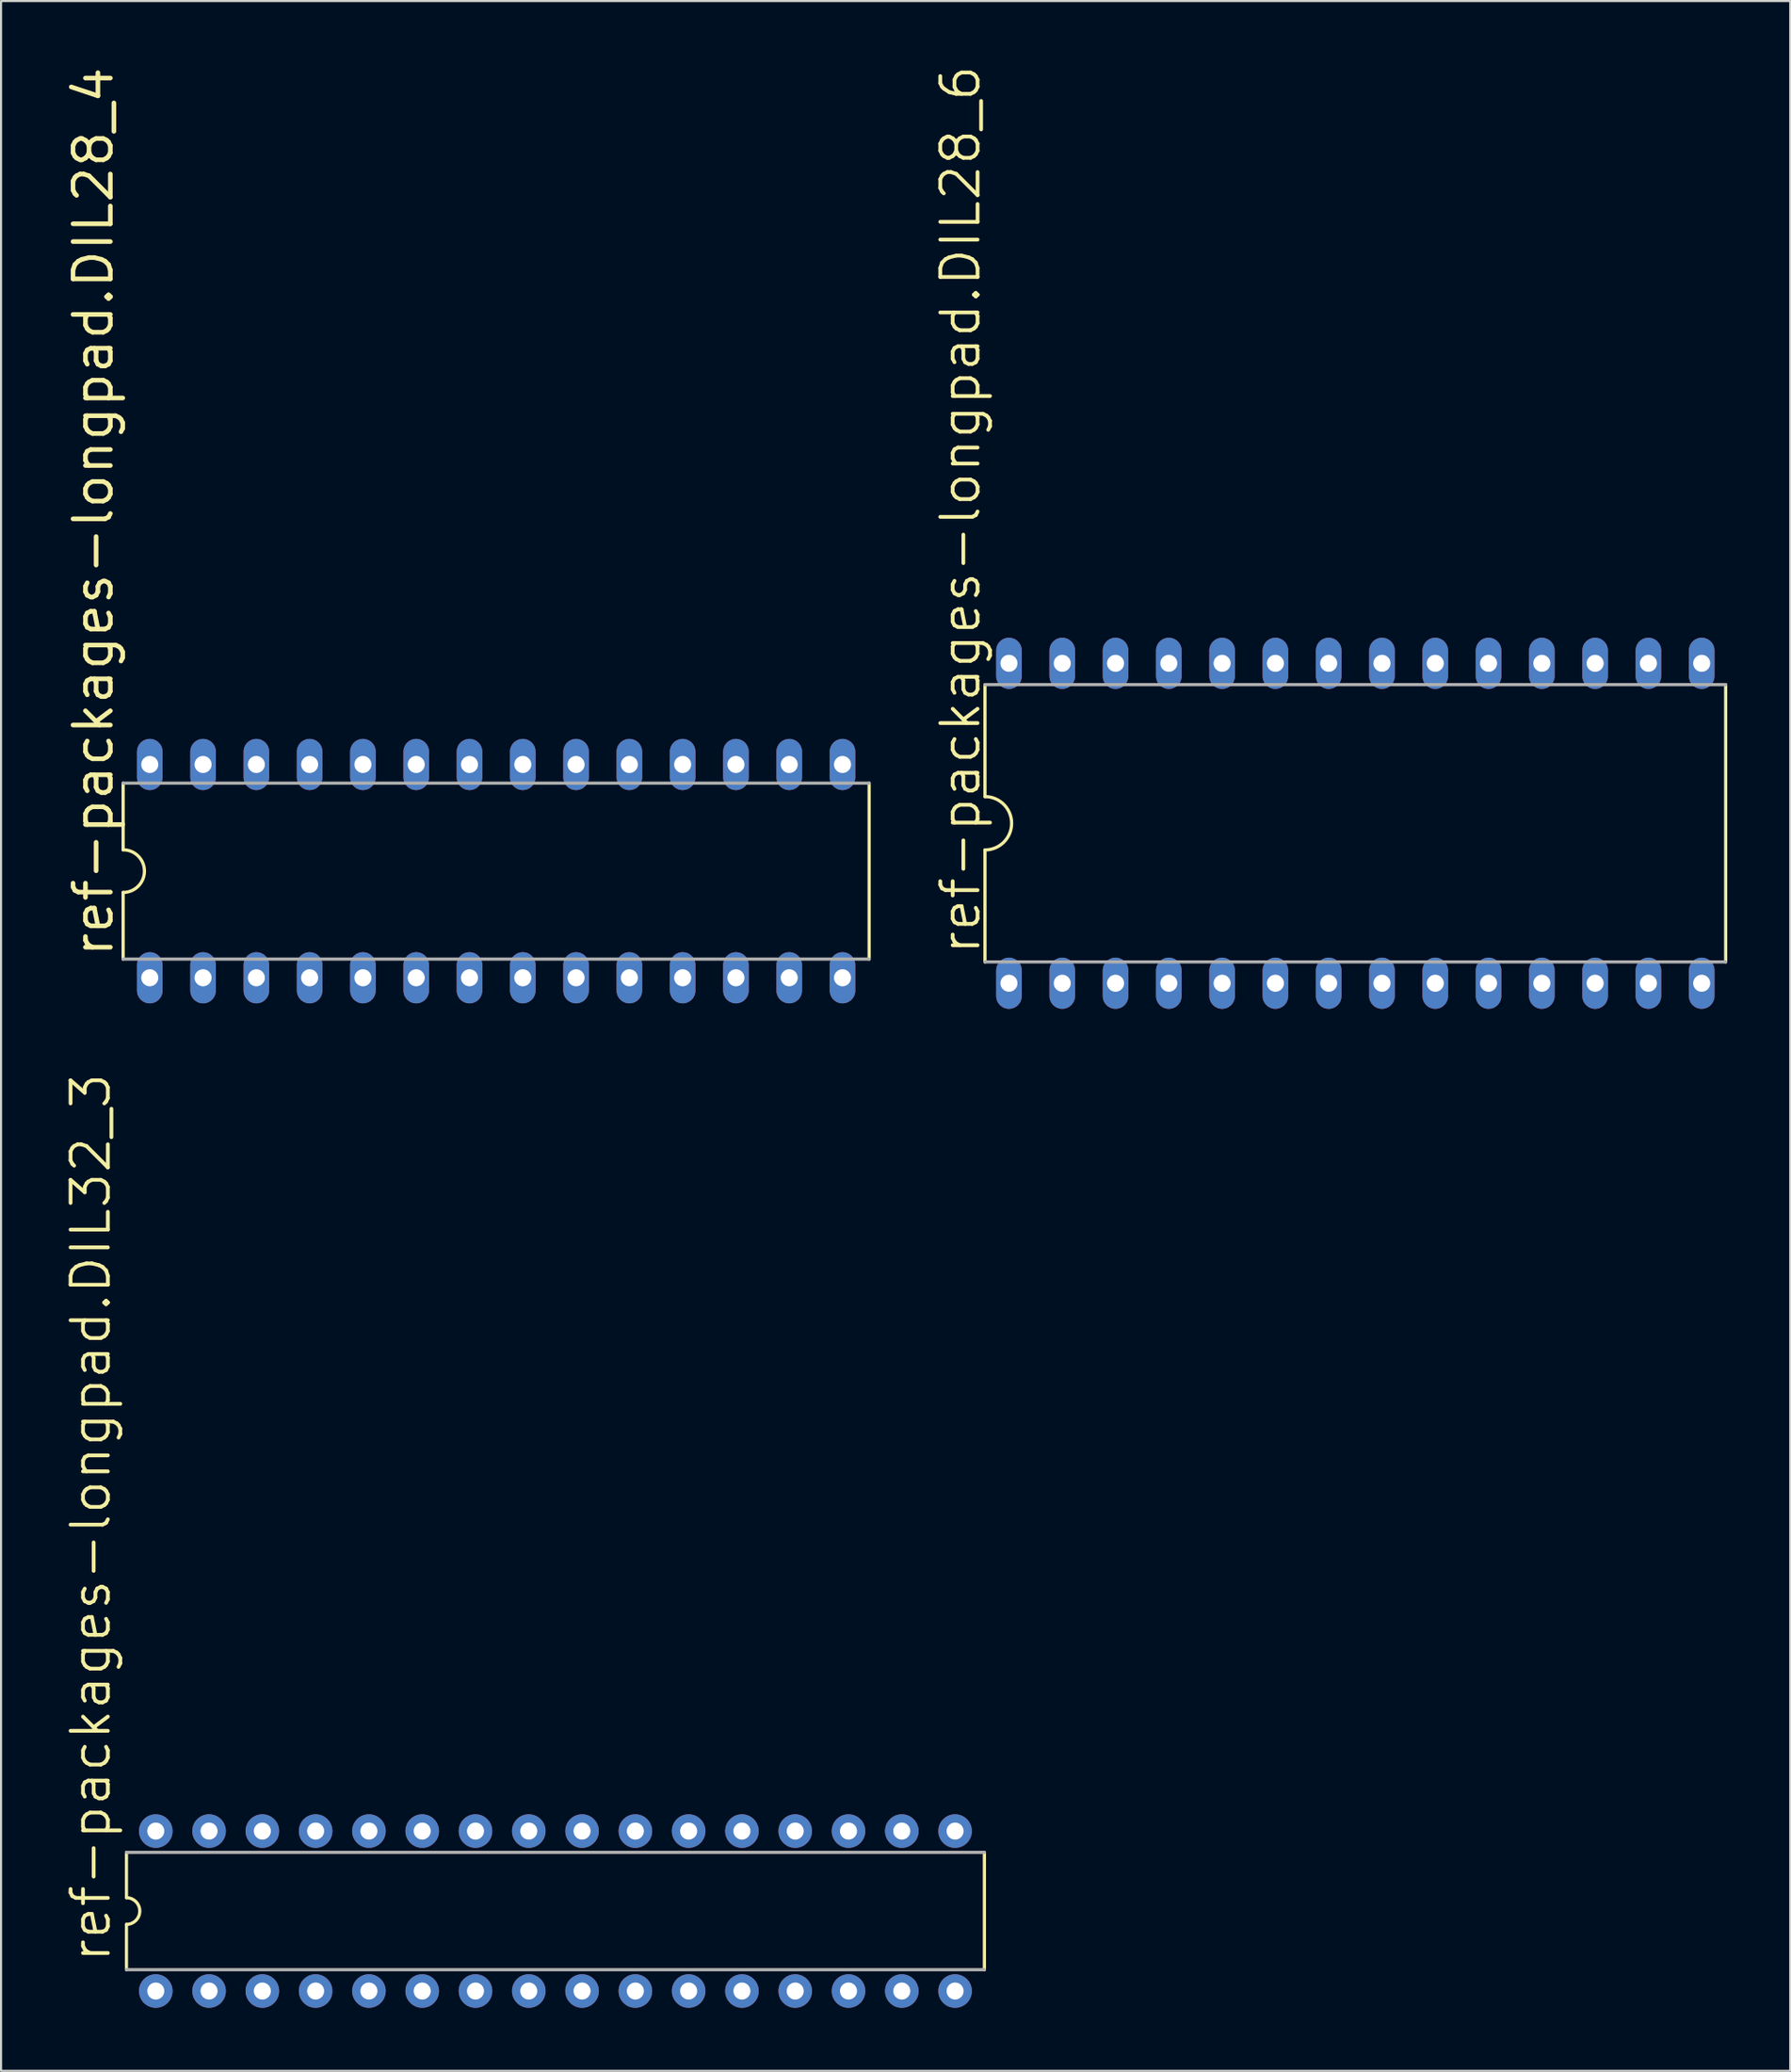
<source format=kicad_pcb>
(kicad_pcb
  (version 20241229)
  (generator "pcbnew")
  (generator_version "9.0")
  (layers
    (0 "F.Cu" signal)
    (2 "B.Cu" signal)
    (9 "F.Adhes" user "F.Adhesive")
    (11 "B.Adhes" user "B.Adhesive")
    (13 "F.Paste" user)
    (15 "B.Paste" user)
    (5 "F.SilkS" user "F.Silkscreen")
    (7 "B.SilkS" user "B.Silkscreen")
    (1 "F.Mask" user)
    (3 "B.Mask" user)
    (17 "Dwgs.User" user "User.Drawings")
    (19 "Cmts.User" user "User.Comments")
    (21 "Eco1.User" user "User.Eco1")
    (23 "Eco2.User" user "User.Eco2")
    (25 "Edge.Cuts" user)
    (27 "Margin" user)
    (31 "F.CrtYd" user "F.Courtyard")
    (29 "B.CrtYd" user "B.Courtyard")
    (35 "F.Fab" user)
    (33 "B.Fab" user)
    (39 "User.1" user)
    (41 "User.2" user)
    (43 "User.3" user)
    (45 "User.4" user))
  (footprint "ref-packages-longpad.DIL32_3"
    (layer "F.Cu")
    (at 23.425 87.985)
    (property "Reference" "ref-packages-longpad.DIL32_3" (at -21.107 2.54 90) (layer "F.SilkS") (effects (font (size 1.778 1.778) (thickness 0.18)) (justify left bottom)))
    (attr through_hole)
    (fp_line (start -20.447 -2.794) (end -20.447 -0.635) (stroke (width 0.152) (type default)) (layer "F.SilkS"))
    (fp_line (start -20.447 0.635) (end -20.447 2.794) (stroke (width 0.152) (type default)) (layer "F.SilkS"))
    (fp_line (start 20.447 -2.794) (end 20.447 2.794) (stroke (width 0.152) (type default)) (layer "F.SilkS"))
    (fp_arc (start -20.447 -0.635) (mid -19.812 0) (end -20.447 0.635) (stroke (width 0.1524) (type default)) (layer "F.SilkS"))
    (fp_line (start -20.447 -2.794) (end 20.447 -2.794) (stroke (width 0.152) (type default)) (layer "F.Fab"))
    (fp_line (start -20.447 2.794) (end 20.447 2.794) (stroke (width 0.152) (type default)) (layer "F.Fab"))
    (pad "1" thru_hole circle (at -19.05 3.81) (size 1.6 1.6) (drill 0.813) (layers "*.Cu" "*.Mask"))
    (pad "2" thru_hole circle (at -16.51 3.81) (size 1.6 1.6) (drill 0.813) (layers "*.Cu" "*.Mask"))
    (pad "3" thru_hole circle (at -13.97 3.81) (size 1.6 1.6) (drill 0.813) (layers "*.Cu" "*.Mask"))
    (pad "4" thru_hole circle (at -11.43 3.81) (size 1.6 1.6) (drill 0.813) (layers "*.Cu" "*.Mask"))
    (pad "5" thru_hole circle (at -8.89 3.81) (size 1.6 1.6) (drill 0.813) (layers "*.Cu" "*.Mask"))
    (pad "6" thru_hole circle (at -6.35 3.81) (size 1.6 1.6) (drill 0.813) (layers "*.Cu" "*.Mask"))
    (pad "7" thru_hole circle (at -3.81 3.81) (size 1.6 1.6) (drill 0.813) (layers "*.Cu" "*.Mask"))
    (pad "8" thru_hole circle (at -1.27 3.81) (size 1.6 1.6) (drill 0.813) (layers "*.Cu" "*.Mask"))
    (pad "9" thru_hole circle (at 1.27 3.81) (size 1.6 1.6) (drill 0.813) (layers "*.Cu" "*.Mask"))
    (pad "10" thru_hole circle (at 3.81 3.81) (size 1.6 1.6) (drill 0.813) (layers "*.Cu" "*.Mask"))
    (pad "11" thru_hole circle (at 6.35 3.81) (size 1.6 1.6) (drill 0.813) (layers "*.Cu" "*.Mask"))
    (pad "12" thru_hole circle (at 8.89 3.81) (size 1.6 1.6) (drill 0.813) (layers "*.Cu" "*.Mask"))
    (pad "13" thru_hole circle (at 11.43 3.81) (size 1.6 1.6) (drill 0.813) (layers "*.Cu" "*.Mask"))
    (pad "14" thru_hole circle (at 13.97 3.81) (size 1.6 1.6) (drill 0.813) (layers "*.Cu" "*.Mask"))
    (pad "15" thru_hole circle (at 16.51 3.81) (size 1.6 1.6) (drill 0.813) (layers "*.Cu" "*.Mask"))
    (pad "16" thru_hole circle (at 19.05 3.81) (size 1.6 1.6) (drill 0.813) (layers "*.Cu" "*.Mask"))
    (pad "17" thru_hole circle (at 19.05 -3.81) (size 1.6 1.6) (drill 0.813) (layers "*.Cu" "*.Mask"))
    (pad "18" thru_hole circle (at 16.51 -3.81) (size 1.6 1.6) (drill 0.813) (layers "*.Cu" "*.Mask"))
    (pad "19" thru_hole circle (at 13.97 -3.81) (size 1.6 1.6) (drill 0.813) (layers "*.Cu" "*.Mask"))
    (pad "20" thru_hole circle (at 11.43 -3.81) (size 1.6 1.6) (drill 0.813) (layers "*.Cu" "*.Mask"))
    (pad "21" thru_hole circle (at 8.89 -3.81) (size 1.6 1.6) (drill 0.813) (layers "*.Cu" "*.Mask"))
    (pad "22" thru_hole circle (at 6.35 -3.81) (size 1.6 1.6) (drill 0.813) (layers "*.Cu" "*.Mask"))
    (pad "23" thru_hole circle (at 3.81 -3.81) (size 1.6 1.6) (drill 0.813) (layers "*.Cu" "*.Mask"))
    (pad "24" thru_hole circle (at 1.27 -3.81) (size 1.6 1.6) (drill 0.813) (layers "*.Cu" "*.Mask"))
    (pad "25" thru_hole circle (at -1.27 -3.81) (size 1.6 1.6) (drill 0.813) (layers "*.Cu" "*.Mask"))
    (pad "26" thru_hole circle (at -3.81 -3.81) (size 1.6 1.6) (drill 0.813) (layers "*.Cu" "*.Mask"))
    (pad "27" thru_hole circle (at -6.35 -3.81) (size 1.6 1.6) (drill 0.813) (layers "*.Cu" "*.Mask"))
    (pad "28" thru_hole circle (at -8.89 -3.81) (size 1.6 1.6) (drill 0.813) (layers "*.Cu" "*.Mask"))
    (pad "29" thru_hole circle (at -11.43 -3.81) (size 1.6 1.6) (drill 0.813) (layers "*.Cu" "*.Mask"))
    (pad "30" thru_hole circle (at -13.97 -3.81) (size 1.6 1.6) (drill 0.813) (layers "*.Cu" "*.Mask"))
    (pad "31" thru_hole circle (at -16.51 -3.81) (size 1.6 1.6) (drill 0.813) (layers "*.Cu" "*.Mask"))
    (pad "32" thru_hole circle (at -19.05 -3.81) (size 1.6 1.6) (drill 0.813) (layers "*.Cu" "*.Mask")))
  (footprint "ref-packages-longpad.DIL28_4"
    (layer "F.Cu")
    (at 20.599 38.447)
    (property "Reference" "ref-packages-longpad.DIL28_4" (at -18.161 4.191 90) (layer "F.SilkS") (effects (font (size 1.778 1.778) (thickness 0.22)) (justify left bottom)))
    (attr through_hole)
    (fp_line (start -17.78 -4.191) (end -17.78 -1.016) (stroke (width 0.152) (type default)) (layer "F.SilkS"))
    (fp_line (start -17.78 4.191) (end -17.78 1.016) (stroke (width 0.152) (type default)) (layer "F.SilkS"))
    (fp_line (start 17.78 -4.191) (end 17.78 4.191) (stroke (width 0.152) (type default)) (layer "F.SilkS"))
    (fp_arc (start -17.78 -1.016) (mid -16.764 0) (end -17.78 1.016) (stroke (width 0.1524) (type default)) (layer "F.SilkS"))
    (fp_line (start -17.78 4.191) (end 17.78 4.191) (stroke (width 0.152) (type default)) (layer "F.Fab"))
    (fp_line (start 17.78 -4.191) (end -17.78 -4.191) (stroke (width 0.152) (type default)) (layer "F.Fab"))
    (pad "1" thru_hole oval (at -16.51 5.08 90) (size 2.438 1.219) (drill 0.813) (layers "*.Cu" "*.Mask"))
    (pad "2" thru_hole oval (at -13.97 5.08 90) (size 2.438 1.219) (drill 0.813) (layers "*.Cu" "*.Mask"))
    (pad "3" thru_hole oval (at -11.43 5.08 90) (size 2.438 1.219) (drill 0.813) (layers "*.Cu" "*.Mask"))
    (pad "4" thru_hole oval (at -8.89 5.08 90) (size 2.438 1.219) (drill 0.813) (layers "*.Cu" "*.Mask"))
    (pad "5" thru_hole oval (at -6.35 5.08 90) (size 2.438 1.219) (drill 0.813) (layers "*.Cu" "*.Mask"))
    (pad "6" thru_hole oval (at -3.81 5.08 90) (size 2.438 1.219) (drill 0.813) (layers "*.Cu" "*.Mask"))
    (pad "7" thru_hole oval (at -1.27 5.08 90) (size 2.438 1.219) (drill 0.813) (layers "*.Cu" "*.Mask"))
    (pad "8" thru_hole oval (at 1.27 5.08 90) (size 2.438 1.219) (drill 0.813) (layers "*.Cu" "*.Mask"))
    (pad "9" thru_hole oval (at 3.81 5.08 90) (size 2.438 1.219) (drill 0.813) (layers "*.Cu" "*.Mask"))
    (pad "10" thru_hole oval (at 6.35 5.08 90) (size 2.438 1.219) (drill 0.813) (layers "*.Cu" "*.Mask"))
    (pad "11" thru_hole oval (at 8.89 5.08 90) (size 2.438 1.219) (drill 0.813) (layers "*.Cu" "*.Mask"))
    (pad "12" thru_hole oval (at 11.43 5.08 90) (size 2.438 1.219) (drill 0.813) (layers "*.Cu" "*.Mask"))
    (pad "13" thru_hole oval (at 13.97 5.08 90) (size 2.438 1.219) (drill 0.813) (layers "*.Cu" "*.Mask"))
    (pad "14" thru_hole oval (at 16.51 5.08 90) (size 2.438 1.219) (drill 0.813) (layers "*.Cu" "*.Mask"))
    (pad "15" thru_hole oval (at 16.51 -5.08 90) (size 2.438 1.219) (drill 0.813) (layers "*.Cu" "*.Mask"))
    (pad "16" thru_hole oval (at 13.97 -5.08 90) (size 2.438 1.219) (drill 0.813) (layers "*.Cu" "*.Mask"))
    (pad "17" thru_hole oval (at 11.43 -5.08 90) (size 2.438 1.219) (drill 0.813) (layers "*.Cu" "*.Mask"))
    (pad "18" thru_hole oval (at 8.89 -5.08 90) (size 2.438 1.219) (drill 0.813) (layers "*.Cu" "*.Mask"))
    (pad "19" thru_hole oval (at 6.35 -5.08 90) (size 2.438 1.219) (drill 0.813) (layers "*.Cu" "*.Mask"))
    (pad "20" thru_hole oval (at 3.81 -5.08 90) (size 2.438 1.219) (drill 0.813) (layers "*.Cu" "*.Mask"))
    (pad "21" thru_hole oval (at 1.27 -5.08 90) (size 2.438 1.219) (drill 0.813) (layers "*.Cu" "*.Mask"))
    (pad "22" thru_hole oval (at -1.27 -5.08 90) (size 2.438 1.219) (drill 0.813) (layers "*.Cu" "*.Mask"))
    (pad "23" thru_hole oval (at -3.81 -5.08 90) (size 2.438 1.219) (drill 0.813) (layers "*.Cu" "*.Mask"))
    (pad "24" thru_hole oval (at -6.35 -5.08 90) (size 2.438 1.219) (drill 0.813) (layers "*.Cu" "*.Mask"))
    (pad "25" thru_hole oval (at -8.89 -5.08 90) (size 2.438 1.219) (drill 0.813) (layers "*.Cu" "*.Mask"))
    (pad "26" thru_hole oval (at -11.43 -5.08 90) (size 2.438 1.219) (drill 0.813) (layers "*.Cu" "*.Mask"))
    (pad "27" thru_hole oval (at -13.97 -5.08 90) (size 2.438 1.219) (drill 0.813) (layers "*.Cu" "*.Mask"))
    (pad "28" thru_hole oval (at -16.51 -5.08 90) (size 2.438 1.219) (drill 0.813) (layers "*.Cu" "*.Mask")))
  (footprint "ref-packages-longpad.DIL28_6"
    (layer "F.Cu")
    (at 61.553 36.168)
    (property "Reference" "ref-packages-longpad.DIL28_6" (at -17.78 6.35 90) (layer "F.SilkS") (effects (font (size 1.778 1.778) (thickness 0.18)) (justify left bottom)))
    (attr through_hole)
    (fp_line (start -17.653 -6.604) (end -17.653 -1.27) (stroke (width 0.152) (type default)) (layer "F.SilkS"))
    (fp_line (start -17.653 1.27) (end -17.653 6.604) (stroke (width 0.152) (type default)) (layer "F.SilkS"))
    (fp_line (start 17.653 6.604) (end 17.653 -6.604) (stroke (width 0.152) (type default)) (layer "F.SilkS"))
    (fp_arc (start -17.653 -1.27) (mid -16.383 0) (end -17.653 1.27) (stroke (width 0.1524) (type default)) (layer "F.SilkS"))
    (fp_line (start -17.653 -6.604) (end 17.653 -6.604) (stroke (width 0.152) (type default)) (layer "F.Fab"))
    (fp_line (start -17.653 6.604) (end 17.653 6.604) (stroke (width 0.152) (type default)) (layer "F.Fab"))
    (pad "1" thru_hole oval (at -16.51 7.62 90) (size 2.438 1.219) (drill 0.813) (layers "*.Cu" "*.Mask"))
    (pad "2" thru_hole oval (at -13.97 7.62 90) (size 2.438 1.219) (drill 0.813) (layers "*.Cu" "*.Mask"))
    (pad "3" thru_hole oval (at -11.43 7.62 90) (size 2.438 1.219) (drill 0.813) (layers "*.Cu" "*.Mask"))
    (pad "4" thru_hole oval (at -8.89 7.62 90) (size 2.438 1.219) (drill 0.813) (layers "*.Cu" "*.Mask"))
    (pad "5" thru_hole oval (at -6.35 7.62 90) (size 2.438 1.219) (drill 0.813) (layers "*.Cu" "*.Mask"))
    (pad "6" thru_hole oval (at -3.81 7.62 90) (size 2.438 1.219) (drill 0.813) (layers "*.Cu" "*.Mask"))
    (pad "7" thru_hole oval (at -1.27 7.62 90) (size 2.438 1.219) (drill 0.813) (layers "*.Cu" "*.Mask"))
    (pad "8" thru_hole oval (at 1.27 7.62 90) (size 2.438 1.219) (drill 0.813) (layers "*.Cu" "*.Mask"))
    (pad "9" thru_hole oval (at 3.81 7.62 90) (size 2.438 1.219) (drill 0.813) (layers "*.Cu" "*.Mask"))
    (pad "10" thru_hole oval (at 6.35 7.62 90) (size 2.438 1.219) (drill 0.813) (layers "*.Cu" "*.Mask"))
    (pad "11" thru_hole oval (at 8.89 7.62 90) (size 2.438 1.219) (drill 0.813) (layers "*.Cu" "*.Mask"))
    (pad "12" thru_hole oval (at 11.43 7.62 90) (size 2.438 1.219) (drill 0.813) (layers "*.Cu" "*.Mask"))
    (pad "13" thru_hole oval (at 13.97 7.62 90) (size 2.438 1.219) (drill 0.813) (layers "*.Cu" "*.Mask"))
    (pad "14" thru_hole oval (at 16.51 7.62 90) (size 2.438 1.219) (drill 0.813) (layers "*.Cu" "*.Mask"))
    (pad "15" thru_hole oval (at 16.51 -7.62 90) (size 2.438 1.219) (drill 0.813) (layers "*.Cu" "*.Mask"))
    (pad "16" thru_hole oval (at 13.97 -7.62 90) (size 2.438 1.219) (drill 0.813) (layers "*.Cu" "*.Mask"))
    (pad "17" thru_hole oval (at 11.43 -7.62 90) (size 2.438 1.219) (drill 0.813) (layers "*.Cu" "*.Mask"))
    (pad "18" thru_hole oval (at 8.89 -7.62 90) (size 2.438 1.219) (drill 0.813) (layers "*.Cu" "*.Mask"))
    (pad "19" thru_hole oval (at 6.35 -7.62 90) (size 2.438 1.219) (drill 0.813) (layers "*.Cu" "*.Mask"))
    (pad "20" thru_hole oval (at 3.81 -7.62 90) (size 2.438 1.219) (drill 0.813) (layers "*.Cu" "*.Mask"))
    (pad "21" thru_hole oval (at 1.27 -7.62 90) (size 2.438 1.219) (drill 0.813) (layers "*.Cu" "*.Mask"))
    (pad "22" thru_hole oval (at -1.27 -7.62 90) (size 2.438 1.219) (drill 0.813) (layers "*.Cu" "*.Mask"))
    (pad "23" thru_hole oval (at -3.81 -7.62 90) (size 2.438 1.219) (drill 0.813) (layers "*.Cu" "*.Mask"))
    (pad "24" thru_hole oval (at -6.35 -7.62 90) (size 2.438 1.219) (drill 0.813) (layers "*.Cu" "*.Mask"))
    (pad "25" thru_hole oval (at -8.89 -7.62 90) (size 2.438 1.219) (drill 0.813) (layers "*.Cu" "*.Mask"))
    (pad "26" thru_hole oval (at -11.43 -7.62 90) (size 2.438 1.219) (drill 0.813) (layers "*.Cu" "*.Mask"))
    (pad "27" thru_hole oval (at -13.97 -7.62 90) (size 2.438 1.219) (drill 0.813) (layers "*.Cu" "*.Mask"))
    (pad "28" thru_hole oval (at -16.51 -7.62 90) (size 2.438 1.219) (drill 0.813) (layers "*.Cu" "*.Mask")))
  (gr_rect
    (start -3 -3)
    (end 82.282 95.595)
    (stroke (width 0.1) (type default))
    (fill no)
    (layer "Edge.Cuts")))
</source>
